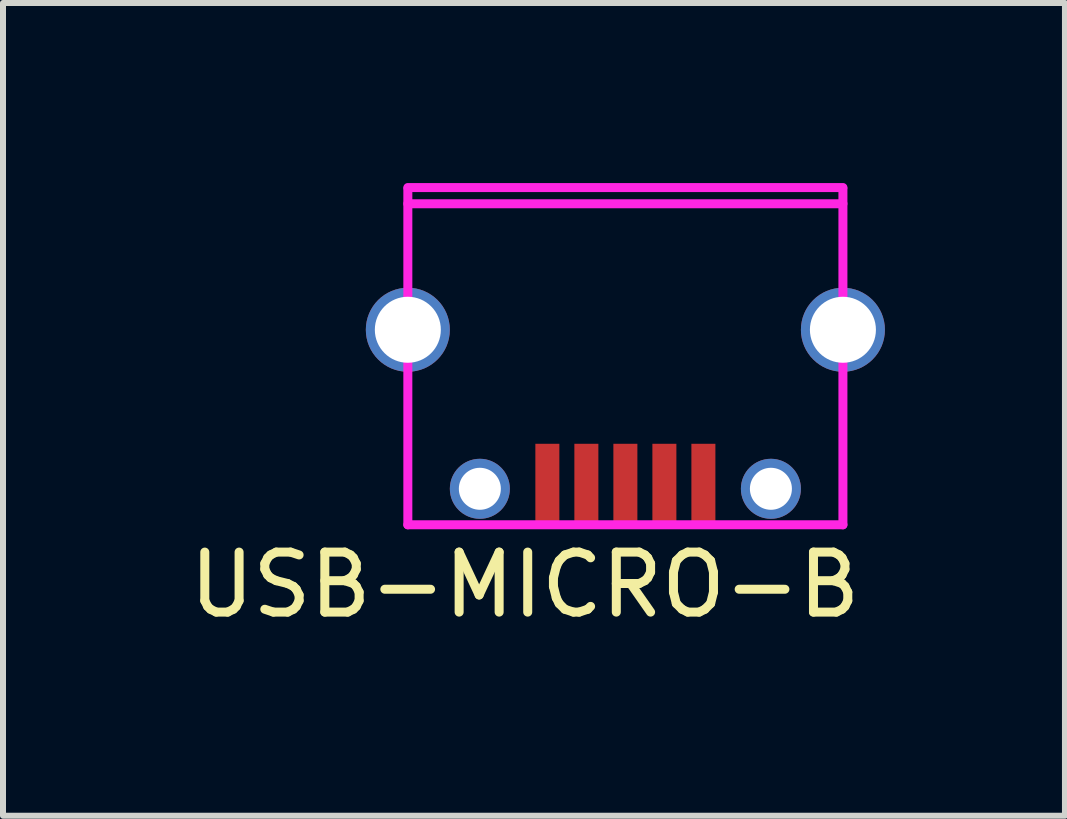
<source format=kicad_pcb>
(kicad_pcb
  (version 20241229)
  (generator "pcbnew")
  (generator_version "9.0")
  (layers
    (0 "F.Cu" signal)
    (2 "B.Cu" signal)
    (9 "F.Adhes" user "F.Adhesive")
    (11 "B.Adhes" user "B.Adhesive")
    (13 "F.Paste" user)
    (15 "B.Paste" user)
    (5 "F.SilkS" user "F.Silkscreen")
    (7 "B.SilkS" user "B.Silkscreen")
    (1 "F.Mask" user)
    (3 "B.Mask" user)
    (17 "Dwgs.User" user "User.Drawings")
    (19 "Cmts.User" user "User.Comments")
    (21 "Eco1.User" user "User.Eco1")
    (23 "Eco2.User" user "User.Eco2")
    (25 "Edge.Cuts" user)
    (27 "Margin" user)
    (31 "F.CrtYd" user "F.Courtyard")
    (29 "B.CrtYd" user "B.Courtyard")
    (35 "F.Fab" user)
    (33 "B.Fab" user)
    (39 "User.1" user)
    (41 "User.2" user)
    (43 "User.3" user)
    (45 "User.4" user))
  (footprint "USB-MICRO-B"
    (layer "F.Cu")
    (at 3.746 2.445)
    (property "Reference" "USB-MICRO-B" (at 1.95 4.25 0) (layer "F.SilkS") (effects (font (size 1 1) (thickness 0.15))))
    (attr through_hole)
    (fp_line (start 0 -2.37) (end 7.25 -2.37) (stroke (width 0.15) (type solid)) (layer "F.CrtYd"))
    (fp_line (start 0 -2.1) (end 7.25 -2.1) (stroke (width 0.15) (type solid)) (layer "F.CrtYd"))
    (fp_line (start 0 3.25) (end 0 -2.35) (stroke (width 0.15) (type solid)) (layer "F.CrtYd"))
    (fp_line (start 0 3.25) (end 7.25 3.25) (stroke (width 0.15) (type solid)) (layer "F.CrtYd"))
    (fp_line (start 7.25 3.25) (end 7.25 -2.35) (stroke (width 0.15) (type solid)) (layer "F.CrtYd"))
    (pad "1" smd rect (at 4.925 2.575) (size 0.4 1.35) (layers "F.Cu" "F.Mask" "F.Paste"))
    (pad "2" smd rect (at 4.275 2.575) (size 0.4 1.35) (layers "F.Cu" "F.Mask" "F.Paste"))
    (pad "3" smd rect (at 3.625 2.575) (size 0.4 1.35) (layers "F.Cu" "F.Mask" "F.Paste"))
    (pad "4" smd rect (at 2.975 2.575) (size 0.4 1.35) (layers "F.Cu" "F.Mask" "F.Paste"))
    (pad "5" smd rect (at 2.325 2.575) (size 0.4 1.35) (layers "F.Cu" "F.Mask" "F.Paste"))
    (pad "6" thru_hole circle (at 0 0) (size 1.4 1.4) (drill 1.1) (layers "*.Cu" "*.Mask"))
    (pad "6" thru_hole circle (at 1.2 2.65) (size 1 1) (drill 0.7) (layers "*.Cu" "*.Mask"))
    (pad "6" thru_hole circle (at 6.05 2.65) (size 1 1) (drill 0.7) (layers "*.Cu" "*.Mask"))
    (pad "6" thru_hole circle (at 7.25 0) (size 1.4 1.4) (drill 1.1) (layers "*.Cu" "*.Mask")))
  (gr_rect
    (start -3 -3)
    (end 14.696 10.543)
    (stroke (width 0.1) (type default))
    (fill no)
    (layer "Edge.Cuts")))
</source>
